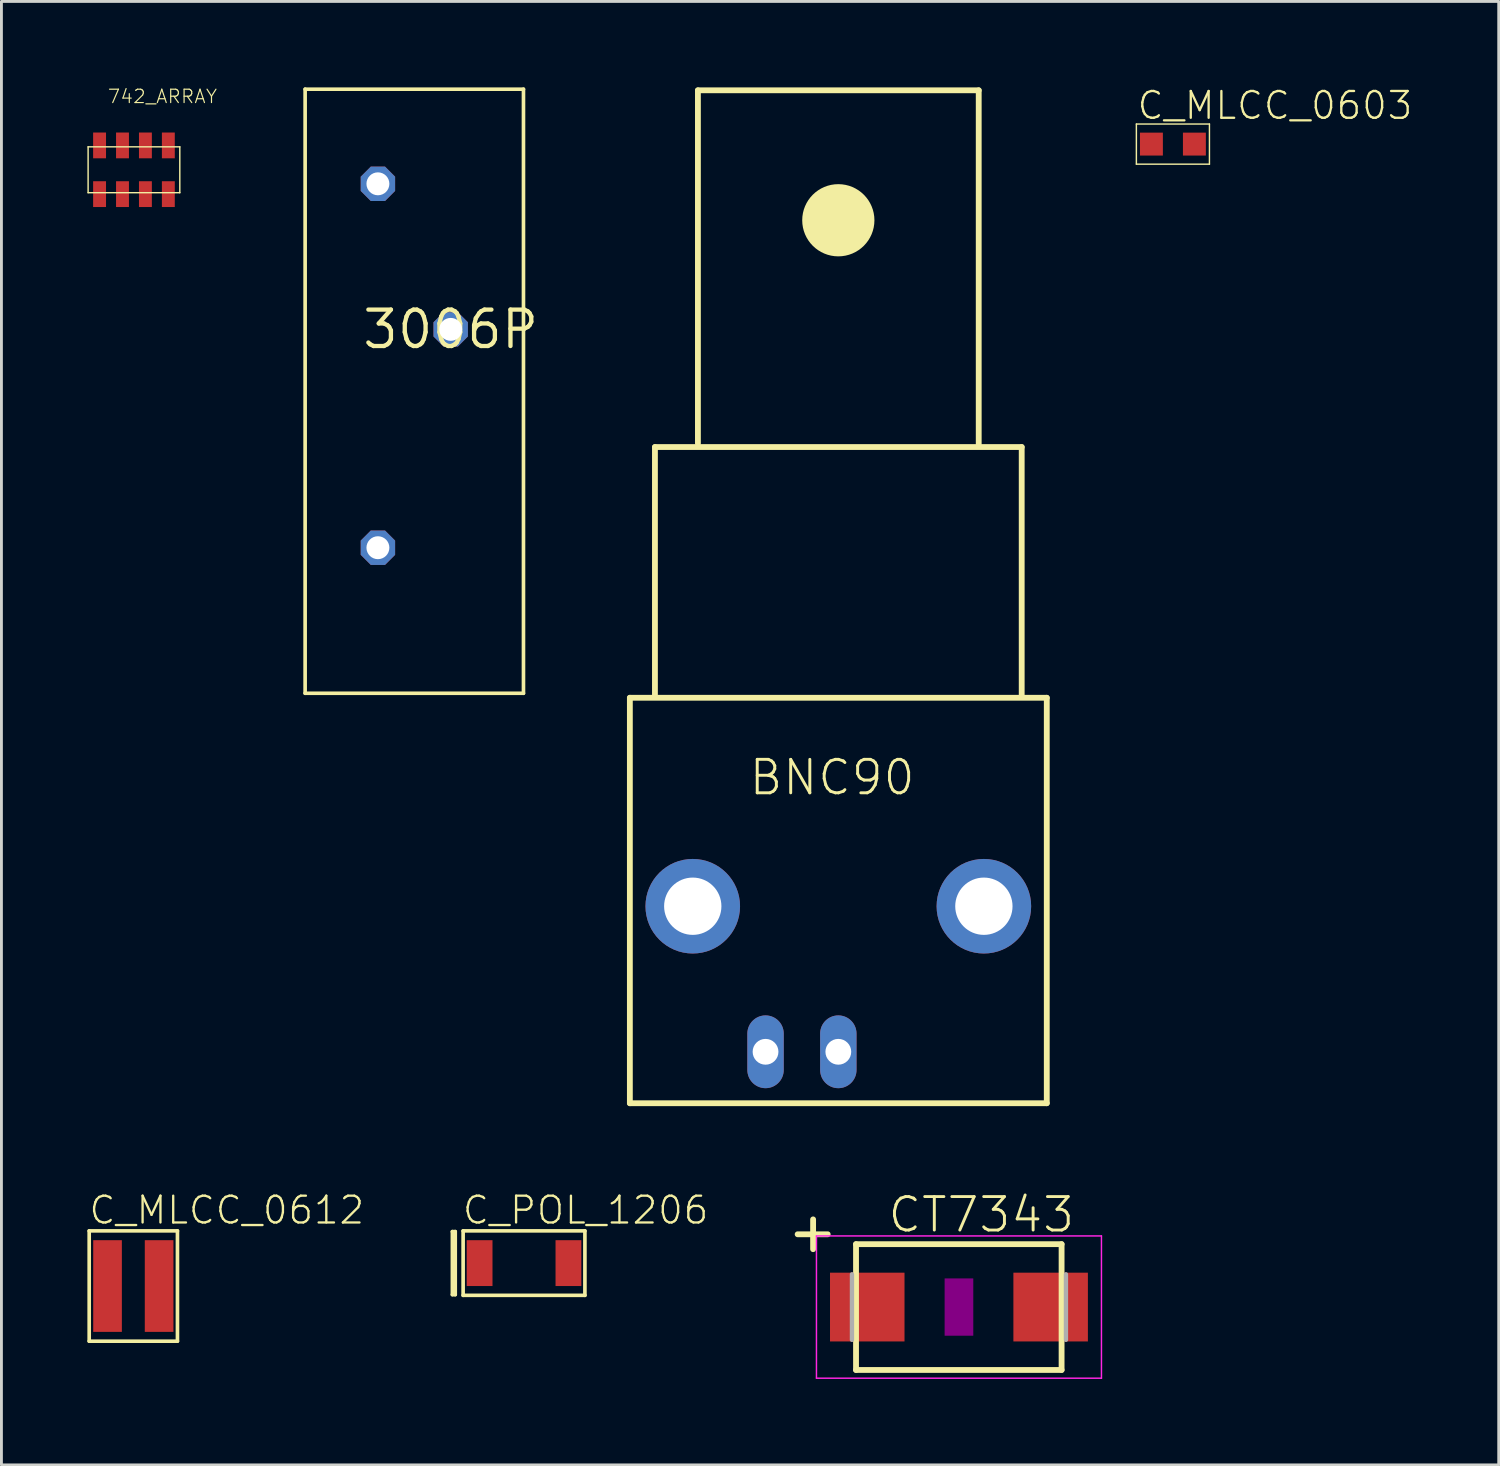
<source format=kicad_pcb>
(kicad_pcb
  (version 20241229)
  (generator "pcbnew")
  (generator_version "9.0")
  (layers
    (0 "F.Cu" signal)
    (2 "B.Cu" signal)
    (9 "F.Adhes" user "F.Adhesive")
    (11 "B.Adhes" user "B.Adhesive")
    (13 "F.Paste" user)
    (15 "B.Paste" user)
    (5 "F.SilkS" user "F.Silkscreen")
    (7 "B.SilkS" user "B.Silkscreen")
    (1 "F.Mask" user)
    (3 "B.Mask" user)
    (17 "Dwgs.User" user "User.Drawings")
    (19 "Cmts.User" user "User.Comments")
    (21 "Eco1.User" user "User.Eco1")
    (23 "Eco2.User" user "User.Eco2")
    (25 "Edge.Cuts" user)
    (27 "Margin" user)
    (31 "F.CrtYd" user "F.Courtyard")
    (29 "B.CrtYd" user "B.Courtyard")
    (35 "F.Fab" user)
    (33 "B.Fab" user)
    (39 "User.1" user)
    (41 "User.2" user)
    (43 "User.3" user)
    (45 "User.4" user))
  (footprint "742_ARRAY"
    (layer "F.Cu")
    (at 0.425 2.875)
    (property "Reference" "742_ARRAY" (at 0.254 -2.286 0) (unlocked yes) (layer "F.SilkS") (effects (font (size 0.467 0.467) (thickness 0.041)) (justify left bottom)))
    (fp_line (start -0.4 -0.8) (end 2.8 -0.8) (stroke (width 0.05) (type solid)) (layer "F.SilkS"))
    (fp_line (start -0.4 0.8) (end -0.4 -0.8) (stroke (width 0.05) (type solid)) (layer "F.SilkS"))
    (fp_line (start 2.8 -0.8) (end 2.8 0.8) (stroke (width 0.05) (type solid)) (layer "F.SilkS"))
    (fp_line (start 2.8 0.8) (end -0.4 0.8) (stroke (width 0.05) (type solid)) (layer "F.SilkS"))
    (pad "P$1" smd rect (at 0 -0.85) (size 0.45 0.9) (layers "F.Cu" "F.Mask" "F.Paste"))
    (pad "P$2" smd rect (at 0 0.85) (size 0.45 0.9) (layers "F.Cu" "F.Mask" "F.Paste"))
    (pad "P$3" smd rect (at 0.8 -0.85) (size 0.45 0.9) (layers "F.Cu" "F.Mask" "F.Paste"))
    (pad "P$4" smd rect (at 0.8 0.85) (size 0.45 0.9) (layers "F.Cu" "F.Mask" "F.Paste"))
    (pad "P$5" smd rect (at 1.6 -0.85) (size 0.45 0.9) (layers "F.Cu" "F.Mask" "F.Paste"))
    (pad "P$6" smd rect (at 1.6 0.85) (size 0.45 0.9) (layers "F.Cu" "F.Mask" "F.Paste"))
    (pad "P$7" smd rect (at 2.4 -0.85) (size 0.45 0.9) (layers "F.Cu" "F.Mask" "F.Paste"))
    (pad "P$8" smd rect (at 2.4 0.85) (size 0.45 0.9) (layers "F.Cu" "F.Mask" "F.Paste")))
  (footprint "3006P"
    (layer "F.Cu")
    (at 12.679 8.445)
    (property "Reference" "3006P" (at 0 0 0) (layer "F.SilkS") (effects (font (size 1.27 1.27) (thickness 0.15))))
    (fp_line (start -5.08 -8.382) (end 2.54 -8.382) (stroke (width 0.127) (type solid)) (layer "F.SilkS"))
    (fp_line (start -5.08 12.7) (end -5.08 -8.382) (stroke (width 0.127) (type solid)) (layer "F.SilkS"))
    (fp_line (start 2.54 -8.382) (end 2.54 12.7) (stroke (width 0.127) (type solid)) (layer "F.SilkS"))
    (fp_line (start 2.54 12.7) (end -5.08 12.7) (stroke (width 0.127) (type solid)) (layer "F.SilkS"))
    (pad "P$1" thru_hole roundrect (at -2.54 7.62) (size 1.2 1.2) (drill 0.8) (layers "*.Cu" "*.Mask") (roundrect_rratio 0.25) (chamfer_ratio 0.293) (chamfer top_left top_right bottom_left bottom_right))
    (pad "P$2" thru_hole roundrect (at 0 0) (size 1.2 1.2) (drill 0.8) (layers "*.Cu" "*.Mask") (roundrect_rratio 0.25) (chamfer_ratio 0.293) (chamfer top_left top_right bottom_left bottom_right))
    (pad "P$3" thru_hole roundrect (at -2.54 -5.08) (size 1.2 1.2) (drill 0.8) (layers "*.Cu" "*.Mask") (roundrect_rratio 0.25) (chamfer_ratio 0.293) (chamfer top_left top_right bottom_left bottom_right)))
  (footprint "C_POL_1206"
    (layer "F.Cu")
    (at 15.238 41.032)
    (property "Reference" "C_POL_1206" (at -2.2 -1.3 0) (unlocked yes) (layer "F.SilkS") (effects (font (size 0.935 0.935) (thickness 0.081)) (justify left bottom)))
    (fp_line (start -2.5 -1.1) (end -2.4 -1.1) (stroke (width 0.127) (type solid)) (layer "F.SilkS"))
    (fp_line (start -2.5 1.1) (end -2.5 -1.1) (stroke (width 0.127) (type solid)) (layer "F.SilkS"))
    (fp_line (start -2.4 -1.1) (end -2.4 1.1) (stroke (width 0.127) (type solid)) (layer "F.SilkS"))
    (fp_line (start -2.4 1.1) (end -2.5 1.1) (stroke (width 0.127) (type solid)) (layer "F.SilkS"))
    (fp_line (start -2.125 -1.125) (end 2.125 -1.125) (stroke (width 0.127) (type solid)) (layer "F.SilkS"))
    (fp_line (start -2.125 1.125) (end -2.125 -1.125) (stroke (width 0.127) (type solid)) (layer "F.SilkS"))
    (fp_line (start 2.125 -1.125) (end 2.125 1.125) (stroke (width 0.127) (type solid)) (layer "F.SilkS"))
    (fp_line (start 2.125 1.125) (end -2.125 1.125) (stroke (width 0.127) (type solid)) (layer "F.SilkS"))
    (pad "P$1" smd rect (at -1.55 0) (size 0.9 1.6) (layers "F.Cu" "F.Mask" "F.Paste"))
    (pad "P$2" smd rect (at 1.55 0) (size 0.9 1.6) (layers "F.Cu" "F.Mask" "F.Paste")))
  (footprint "BNC90"
    (layer "F.Cu")
    (at 26.207 28.577)
    (property "Reference" "BNC90" (at -3.175 -3.81 0) (unlocked yes) (layer "F.SilkS") (effects (font (size 1.168 1.168) (thickness 0.102)) (justify left bottom)))
    (fp_line (start -7.275 -7.275) (end -7.275 6.875) (stroke (width 0.203) (type solid)) (layer "F.SilkS"))
    (fp_line (start -7.275 6.875) (end 7.275 6.875) (stroke (width 0.203) (type solid)) (layer "F.SilkS"))
    (fp_line (start -6.4 -16.025) (end 6.4 -16.025) (stroke (width 0.203) (type solid)) (layer "F.SilkS"))
    (fp_line (start -6.4 -7.375) (end -6.4 -16.025) (stroke (width 0.203) (type solid)) (layer "F.SilkS"))
    (fp_line (start -4.9 -28.475) (end 4.9 -28.475) (stroke (width 0.203) (type solid)) (layer "F.SilkS"))
    (fp_line (start -4.9 -16.15) (end -4.9 -28.475) (stroke (width 0.203) (type solid)) (layer "F.SilkS"))
    (fp_line (start 4.9 -28.475) (end 4.9 -16.125) (stroke (width 0.203) (type solid)) (layer "F.SilkS"))
    (fp_line (start 6.4 -16.025) (end 6.4 -7.35) (stroke (width 0.203) (type solid)) (layer "F.SilkS"))
    (fp_line (start 7.275 -7.275) (end -7.275 -7.275) (stroke (width 0.203) (type solid)) (layer "F.SilkS"))
    (fp_line (start 7.275 6.875) (end 7.275 -7.275) (stroke (width 0.203) (type solid)) (layer "F.SilkS"))
    (fp_circle (center 0 -23.94) (end 0.63 -23.94) (stroke (width 1.26) (type solid)) (fill yes) (layer "F.SilkS"))
    (pad "1" thru_hole oval (at 0 5.08 90) (size 2.54 1.27) (drill 0.9) (layers "*.Cu" "*.Mask"))
    (pad "2" thru_hole oval (at -2.54 5.08 90) (size 2.54 1.27) (drill 0.9) (layers "*.Cu" "*.Mask"))
    (pad "ANCHOR1" thru_hole circle (at -5.08 0) (size 3.3 3.3) (drill 2) (layers "*.Cu" "*.Mask"))
    (pad "ANCHOR2" thru_hole circle (at 5.08 0) (size 3.3 3.3) (drill 2) (layers "*.Cu" "*.Mask")))
  (footprint "C_MLCC_0603"
    (layer "F.Cu")
    (at 37.884 1.979)
    (property "Reference" "C_MLCC_0603" (at -1.3 -0.8 0) (unlocked yes) (layer "F.SilkS") (effects (font (size 0.935 0.935) (thickness 0.081)) (justify left bottom)))
    (fp_line (start -1.275 -0.7) (end -1.275 0.7) (stroke (width 0.05) (type solid)) (layer "F.SilkS"))
    (fp_line (start -1.275 0.7) (end 1.275 0.7) (stroke (width 0.05) (type solid)) (layer "F.SilkS"))
    (fp_line (start 1.275 -0.7) (end -1.275 -0.7) (stroke (width 0.05) (type solid)) (layer "F.SilkS"))
    (fp_line (start 1.275 0.7) (end 1.275 -0.7) (stroke (width 0.05) (type solid)) (layer "F.SilkS"))
    (pad "P$1" smd rect (at -0.75 0) (size 0.8 0.8) (layers "F.Cu" "F.Mask" "F.Paste"))
    (pad "P$2" smd rect (at 0.75 0) (size 0.8 0.8) (layers "F.Cu" "F.Mask" "F.Paste")))
  (footprint "C_MLCC_0612"
    (layer "F.Cu")
    (at 1.603 41.832)
    (property "Reference" "C_MLCC_0612" (at -1.6 -2.1 0) (unlocked yes) (layer "F.SilkS") (effects (font (size 0.935 0.935) (thickness 0.081)) (justify left bottom)))
    (fp_line (start -1.54 -1.925) (end 1.54 -1.925) (stroke (width 0.127) (type solid)) (layer "F.SilkS"))
    (fp_line (start -1.54 1.925) (end -1.54 -1.925) (stroke (width 0.127) (type solid)) (layer "F.SilkS"))
    (fp_line (start 1.54 -1.925) (end 1.54 1.925) (stroke (width 0.127) (type solid)) (layer "F.SilkS"))
    (fp_line (start 1.54 1.925) (end -1.54 1.925) (stroke (width 0.127) (type solid)) (layer "F.SilkS"))
    (pad "P$1" smd rect (at -0.9 0) (size 1 3.2) (layers "F.Cu" "F.Mask" "F.Paste"))
    (pad "P$2" smd rect (at 0.9 0) (size 1 3.2) (layers "F.Cu" "F.Mask" "F.Paste")))
  (footprint "CT7343"
    (layer "F.Cu")
    (at 30.417 42.566)
    (property "Reference" "CT7343" (at -2.54 -2.54 0) (unlocked yes) (layer "F.SilkS") (effects (font (size 1.168 1.168) (thickness 0.102)) (justify left bottom)))
    (fp_line (start -5.09 -3.06) (end -5.09 -2.02) (stroke (width 0.203) (type solid)) (layer "F.SilkS"))
    (fp_line (start -4.58 -2.54) (end -5.63 -2.54) (stroke (width 0.203) (type solid)) (layer "F.SilkS"))
    (fp_line (start -3.592 2.195) (end -3.592 -2.195) (stroke (width 0.203) (type solid)) (layer "F.SilkS"))
    (fp_line (start 3.582 -2.195) (end -3.592 -2.195) (stroke (width 0.203) (type solid)) (layer "F.SilkS"))
    (fp_line (start 3.582 2.195) (end -3.592 2.195) (stroke (width 0.203) (type solid)) (layer "F.SilkS"))
    (fp_line (start 3.582 2.195) (end 3.582 -2.195) (stroke (width 0.203) (type solid)) (layer "F.SilkS"))
    (fp_poly (pts (xy -0.5 1) (xy 0.5 1) (xy 0.5 -1) (xy -0.5 -1)) (stroke (width 0) (type default)) (fill yes) (layer "F.Adhes"))
    (fp_line (start -4.973 -2.483) (end 4.973 -2.483) (stroke (width 0.051) (type solid)) (layer "F.CrtYd"))
    (fp_line (start -4.973 2.483) (end -4.973 -2.483) (stroke (width 0.051) (type solid)) (layer "F.CrtYd"))
    (fp_line (start 4.973 -2.483) (end 4.973 2.483) (stroke (width 0.051) (type solid)) (layer "F.CrtYd"))
    (fp_line (start 4.973 2.483) (end -4.973 2.483) (stroke (width 0.051) (type solid)) (layer "F.CrtYd"))
    (fp_line (start -3.734 -1.143) (end -3.734 1.143) (stroke (width 0.152) (type solid)) (layer "F.Fab"))
    (fp_line (start 3.734 -1.143) (end 3.734 1.143) (stroke (width 0.152) (type solid)) (layer "F.Fab"))
    (pad "+" smd rect (at -3.2 0) (size 2.6 2.4) (layers "F.Cu" "F.Mask" "F.Paste"))
    (pad "-" smd rect (at 3.2 0) (size 2.6 2.4) (layers "F.Cu" "F.Mask" "F.Paste")))
  (gr_rect
    (start -3 -3)
    (end 49.255 48.075)
    (stroke (width 0.1) (type default))
    (fill no)
    (layer "Edge.Cuts")))
</source>
